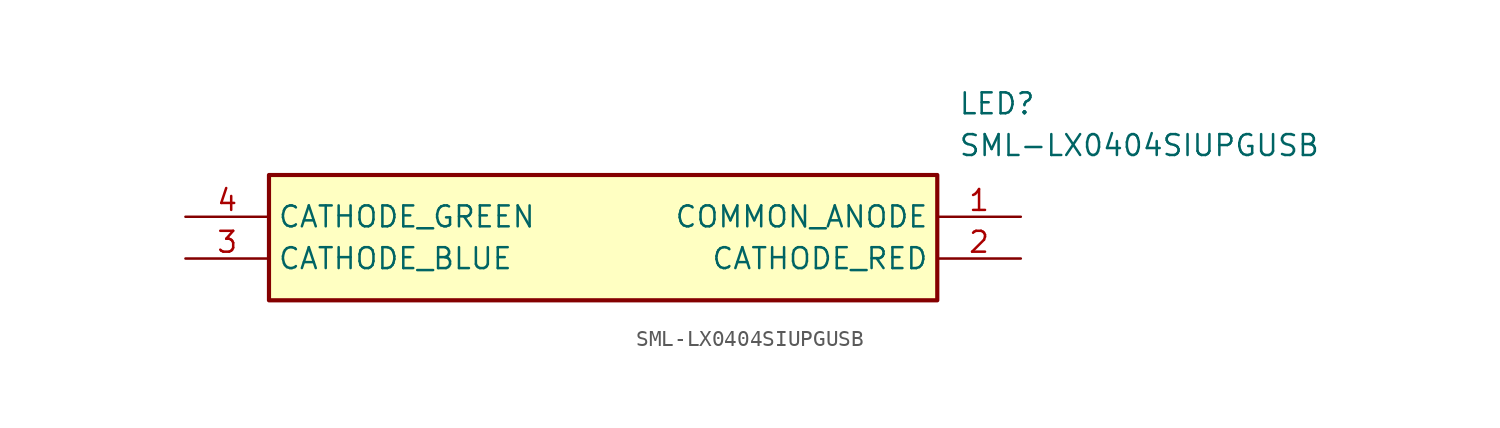
<source format=kicad_sym>
(kicad_symbol_lib
  (version 20211014)
  (generator SamacSys_ECAD_Model)
  (symbol "SML-LX0404SIUPGUSB"
    (property "Reference" "LED"
      (at 46.99 7.62 0)
      (effects (font (size 1.27 1.27)) (justify left top)))
    (property "Value" "SML-LX0404SIUPGUSB"
      (at 46.99 5.08 0)
      (effects (font (size 1.27 1.27)) (justify left top)))
    (rectangle
      (start 5.08 2.54)
      (end 45.72 -5.08)
      (stroke (width 0.254) (type default))
      (fill (type background)))
    (pin passive line
      (at 50.8 0 180)
      (length 5.08)
      (name "COMMON_ANODE" (effects (font (size 1.27 1.27))))
      (number "1" (effects (font (size 1.27 1.27)))))
    (pin passive line
      (at 50.8 -2.54 180)
      (length 5.08)
      (name "CATHODE_RED" (effects (font (size 1.27 1.27))))
      (number "2" (effects (font (size 1.27 1.27)))))
    (pin passive line
      (at 0 -2.54 0)
      (length 5.08)
      (name "CATHODE_BLUE" (effects (font (size 1.27 1.27))))
      (number "3" (effects (font (size 1.27 1.27)))))
    (pin passive line
      (at 0 0 0)
      (length 5.08)
      (name "CATHODE_GREEN" (effects (font (size 1.27 1.27))))
      (number "4" (effects (font (size 1.27 1.27)))))))
</source>
